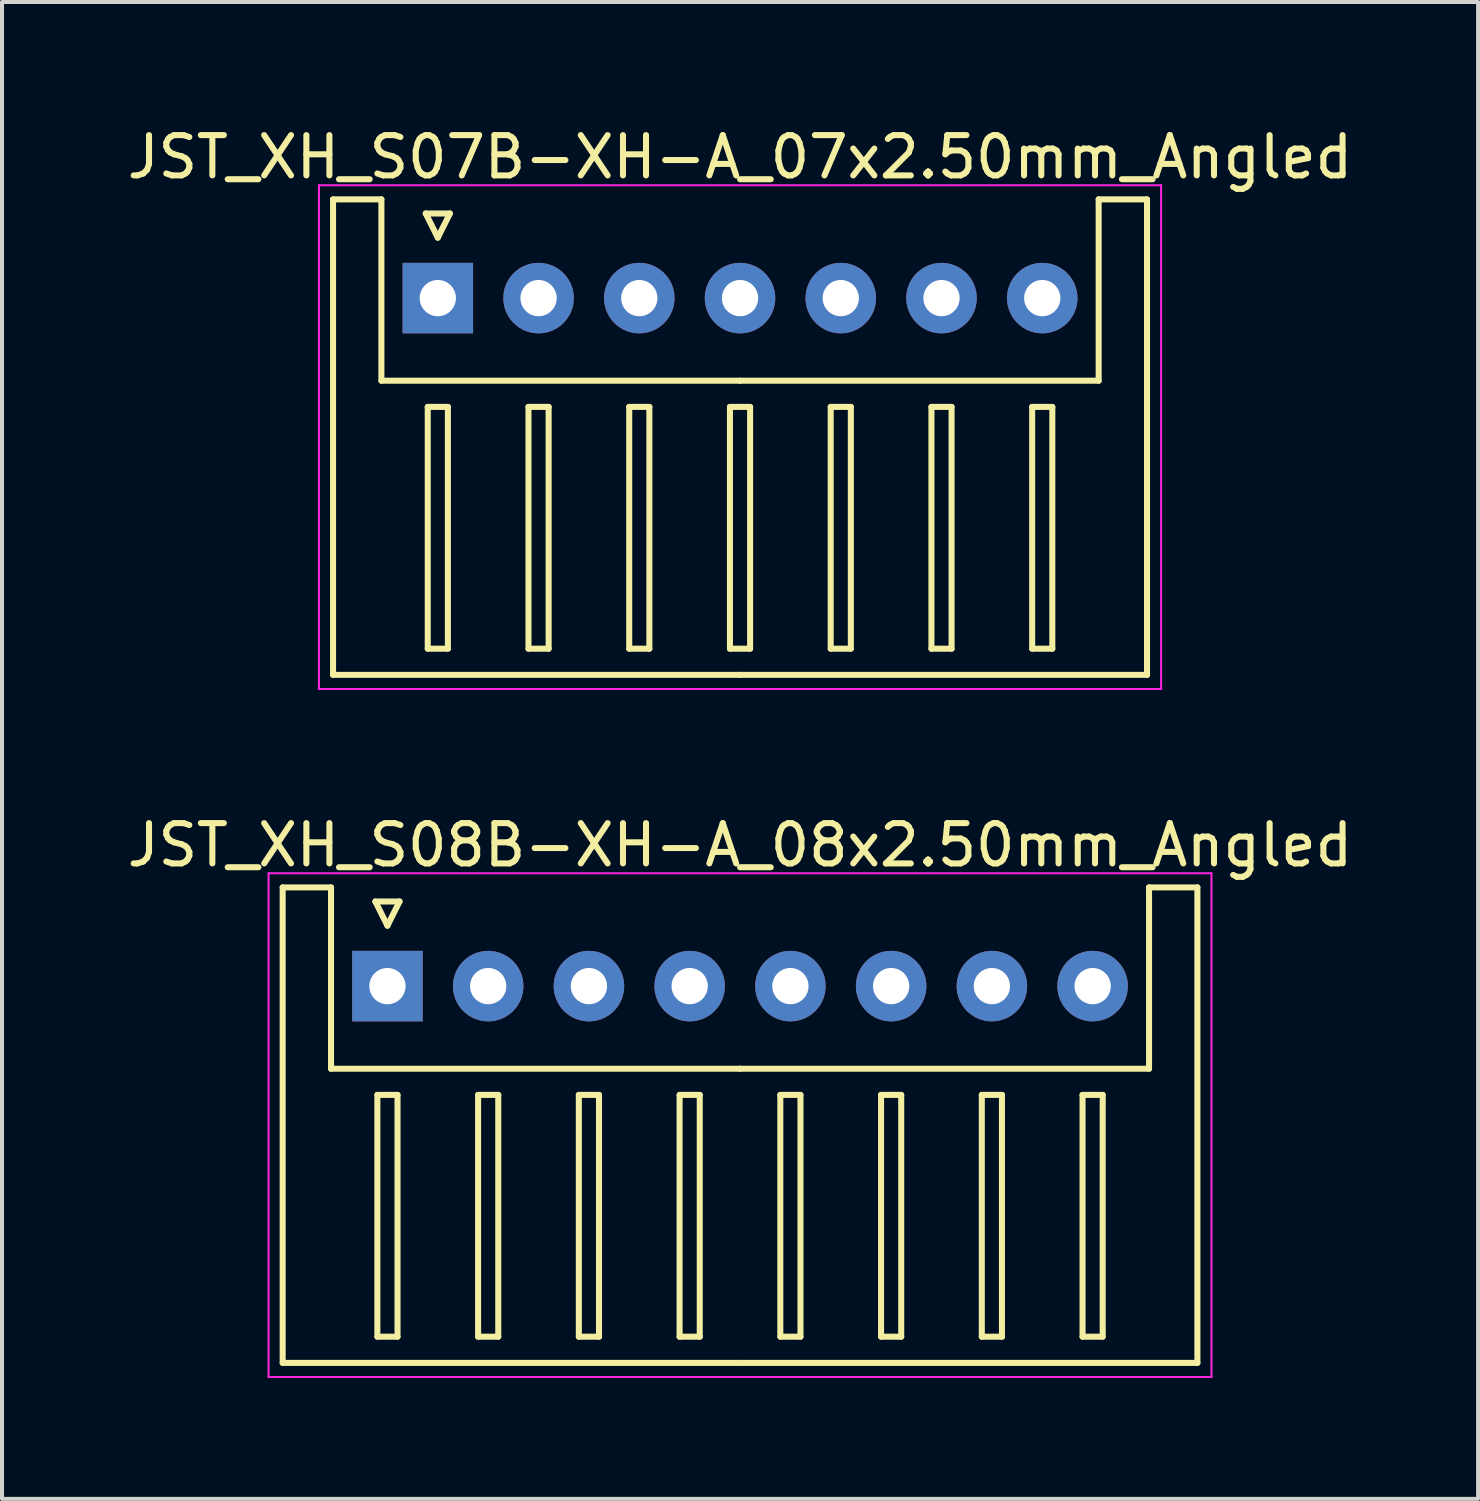
<source format=kicad_pcb>
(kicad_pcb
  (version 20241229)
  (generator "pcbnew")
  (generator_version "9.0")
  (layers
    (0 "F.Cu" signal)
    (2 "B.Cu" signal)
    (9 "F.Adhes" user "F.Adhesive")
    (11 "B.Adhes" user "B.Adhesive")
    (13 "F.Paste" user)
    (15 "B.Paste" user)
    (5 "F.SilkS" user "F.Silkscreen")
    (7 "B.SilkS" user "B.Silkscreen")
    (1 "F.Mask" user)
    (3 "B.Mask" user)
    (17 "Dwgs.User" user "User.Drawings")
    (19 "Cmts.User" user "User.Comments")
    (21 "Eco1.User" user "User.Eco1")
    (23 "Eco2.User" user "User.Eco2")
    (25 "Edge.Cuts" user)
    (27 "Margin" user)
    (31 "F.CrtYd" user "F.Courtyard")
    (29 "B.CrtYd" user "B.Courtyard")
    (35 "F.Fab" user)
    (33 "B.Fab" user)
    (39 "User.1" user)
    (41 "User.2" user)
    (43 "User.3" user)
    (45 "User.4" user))
  (footprint "JST_XH_S07B-XH-A_07x2.50mm_Angled"
    (layer "F.Cu")
    (at 7.815 4.348)
    (property "Reference" "JST_XH_S07B-XH-A_07x2.50mm_Angled" (at 7.5 -3.5 0) (layer "F.SilkS") (effects (font (size 1 1) (thickness 0.15))))
    (attr through_hole)
    (fp_line (start -2.6 -2.45) (end -1.4 -2.45) (stroke (width 0.15) (type solid)) (layer "F.SilkS"))
    (fp_line (start -2.6 9.35) (end -2.6 -2.45) (stroke (width 0.15) (type solid)) (layer "F.SilkS"))
    (fp_line (start -1.4 -2.45) (end -1.4 2.05) (stroke (width 0.15) (type solid)) (layer "F.SilkS"))
    (fp_line (start -1.4 2.05) (end 7.5 2.05) (stroke (width 0.15) (type solid)) (layer "F.SilkS"))
    (fp_line (start -0.3 -2.1) (end 0.3 -2.1) (stroke (width 0.15) (type solid)) (layer "F.SilkS"))
    (fp_line (start -0.25 2.7) (end -0.25 8.7) (stroke (width 0.15) (type solid)) (layer "F.SilkS"))
    (fp_line (start -0.25 8.7) (end 0.25 8.7) (stroke (width 0.15) (type solid)) (layer "F.SilkS"))
    (fp_line (start 0 -1.5) (end -0.3 -2.1) (stroke (width 0.15) (type solid)) (layer "F.SilkS"))
    (fp_line (start 0.25 2.7) (end -0.25 2.7) (stroke (width 0.15) (type solid)) (layer "F.SilkS"))
    (fp_line (start 0.25 8.7) (end 0.25 2.7) (stroke (width 0.15) (type solid)) (layer "F.SilkS"))
    (fp_line (start 0.3 -2.1) (end 0 -1.5) (stroke (width 0.15) (type solid)) (layer "F.SilkS"))
    (fp_line (start 2.25 2.7) (end 2.25 8.7) (stroke (width 0.15) (type solid)) (layer "F.SilkS"))
    (fp_line (start 2.25 8.7) (end 2.75 8.7) (stroke (width 0.15) (type solid)) (layer "F.SilkS"))
    (fp_line (start 2.75 2.7) (end 2.25 2.7) (stroke (width 0.15) (type solid)) (layer "F.SilkS"))
    (fp_line (start 2.75 8.7) (end 2.75 2.7) (stroke (width 0.15) (type solid)) (layer "F.SilkS"))
    (fp_line (start 4.75 2.7) (end 4.75 8.7) (stroke (width 0.15) (type solid)) (layer "F.SilkS"))
    (fp_line (start 4.75 8.7) (end 5.25 8.7) (stroke (width 0.15) (type solid)) (layer "F.SilkS"))
    (fp_line (start 5.25 2.7) (end 4.75 2.7) (stroke (width 0.15) (type solid)) (layer "F.SilkS"))
    (fp_line (start 5.25 8.7) (end 5.25 2.7) (stroke (width 0.15) (type solid)) (layer "F.SilkS"))
    (fp_line (start 7.25 2.7) (end 7.25 8.7) (stroke (width 0.15) (type solid)) (layer "F.SilkS"))
    (fp_line (start 7.25 8.7) (end 7.75 8.7) (stroke (width 0.15) (type solid)) (layer "F.SilkS"))
    (fp_line (start 7.5 9.35) (end -2.6 9.35) (stroke (width 0.15) (type solid)) (layer "F.SilkS"))
    (fp_line (start 7.5 9.35) (end 17.6 9.35) (stroke (width 0.15) (type solid)) (layer "F.SilkS"))
    (fp_line (start 7.75 2.7) (end 7.25 2.7) (stroke (width 0.15) (type solid)) (layer "F.SilkS"))
    (fp_line (start 7.75 8.7) (end 7.75 2.7) (stroke (width 0.15) (type solid)) (layer "F.SilkS"))
    (fp_line (start 9.75 2.7) (end 9.75 8.7) (stroke (width 0.15) (type solid)) (layer "F.SilkS"))
    (fp_line (start 9.75 8.7) (end 10.25 8.7) (stroke (width 0.15) (type solid)) (layer "F.SilkS"))
    (fp_line (start 10.25 2.7) (end 9.75 2.7) (stroke (width 0.15) (type solid)) (layer "F.SilkS"))
    (fp_line (start 10.25 8.7) (end 10.25 2.7) (stroke (width 0.15) (type solid)) (layer "F.SilkS"))
    (fp_line (start 12.25 2.7) (end 12.25 8.7) (stroke (width 0.15) (type solid)) (layer "F.SilkS"))
    (fp_line (start 12.25 8.7) (end 12.75 8.7) (stroke (width 0.15) (type solid)) (layer "F.SilkS"))
    (fp_line (start 12.75 2.7) (end 12.25 2.7) (stroke (width 0.15) (type solid)) (layer "F.SilkS"))
    (fp_line (start 12.75 8.7) (end 12.75 2.7) (stroke (width 0.15) (type solid)) (layer "F.SilkS"))
    (fp_line (start 14.75 2.7) (end 14.75 8.7) (stroke (width 0.15) (type solid)) (layer "F.SilkS"))
    (fp_line (start 14.75 8.7) (end 15.25 8.7) (stroke (width 0.15) (type solid)) (layer "F.SilkS"))
    (fp_line (start 15.25 2.7) (end 14.75 2.7) (stroke (width 0.15) (type solid)) (layer "F.SilkS"))
    (fp_line (start 15.25 8.7) (end 15.25 2.7) (stroke (width 0.15) (type solid)) (layer "F.SilkS"))
    (fp_line (start 16.4 -2.45) (end 16.4 2.05) (stroke (width 0.15) (type solid)) (layer "F.SilkS"))
    (fp_line (start 16.4 2.05) (end 7.5 2.05) (stroke (width 0.15) (type solid)) (layer "F.SilkS"))
    (fp_line (start 17.6 -2.45) (end 16.4 -2.45) (stroke (width 0.15) (type solid)) (layer "F.SilkS"))
    (fp_line (start 17.6 9.35) (end 17.6 -2.45) (stroke (width 0.15) (type solid)) (layer "F.SilkS"))
    (fp_line (start -2.95 -2.8) (end -2.95 9.7) (stroke (width 0.05) (type solid)) (layer "F.CrtYd"))
    (fp_line (start -2.95 9.7) (end 17.95 9.7) (stroke (width 0.05) (type solid)) (layer "F.CrtYd"))
    (fp_line (start 17.95 -2.8) (end -2.95 -2.8) (stroke (width 0.05) (type solid)) (layer "F.CrtYd"))
    (fp_line (start 17.95 9.7) (end 17.95 -2.8) (stroke (width 0.05) (type solid)) (layer "F.CrtYd"))
    (pad "1" thru_hole rect (at 0 0) (size 1.75 1.75) (drill 0.9) (layers "*.Cu" "*.Mask"))
    (pad "2" thru_hole circle (at 2.5 0) (size 1.75 1.75) (drill 0.9) (layers "*.Cu" "*.Mask"))
    (pad "3" thru_hole circle (at 5 0) (size 1.75 1.75) (drill 0.9) (layers "*.Cu" "*.Mask"))
    (pad "4" thru_hole circle (at 7.5 0) (size 1.75 1.75) (drill 0.9) (layers "*.Cu" "*.Mask"))
    (pad "5" thru_hole circle (at 10 0) (size 1.75 1.75) (drill 0.9) (layers "*.Cu" "*.Mask"))
    (pad "6" thru_hole circle (at 12.5 0) (size 1.75 1.75) (drill 0.9) (layers "*.Cu" "*.Mask"))
    (pad "7" thru_hole circle (at 15 0) (size 1.75 1.75) (drill 0.9) (layers "*.Cu" "*.Mask")))
  (footprint "JST_XH_S08B-XH-A_08x2.50mm_Angled"
    (layer "F.Cu")
    (at 6.565 21.422)
    (property "Reference" "JST_XH_S08B-XH-A_08x2.50mm_Angled" (at 8.75 -3.5 0) (layer "F.SilkS") (effects (font (size 1 1) (thickness 0.15))))
    (attr through_hole)
    (fp_line (start -2.6 -2.45) (end -1.4 -2.45) (stroke (width 0.15) (type solid)) (layer "F.SilkS"))
    (fp_line (start -2.6 9.35) (end -2.6 -2.45) (stroke (width 0.15) (type solid)) (layer "F.SilkS"))
    (fp_line (start -1.4 -2.45) (end -1.4 2.05) (stroke (width 0.15) (type solid)) (layer "F.SilkS"))
    (fp_line (start -1.4 2.05) (end 8.75 2.05) (stroke (width 0.15) (type solid)) (layer "F.SilkS"))
    (fp_line (start -0.3 -2.1) (end 0.3 -2.1) (stroke (width 0.15) (type solid)) (layer "F.SilkS"))
    (fp_line (start -0.25 2.7) (end -0.25 8.7) (stroke (width 0.15) (type solid)) (layer "F.SilkS"))
    (fp_line (start -0.25 8.7) (end 0.25 8.7) (stroke (width 0.15) (type solid)) (layer "F.SilkS"))
    (fp_line (start 0 -1.5) (end -0.3 -2.1) (stroke (width 0.15) (type solid)) (layer "F.SilkS"))
    (fp_line (start 0.25 2.7) (end -0.25 2.7) (stroke (width 0.15) (type solid)) (layer "F.SilkS"))
    (fp_line (start 0.25 8.7) (end 0.25 2.7) (stroke (width 0.15) (type solid)) (layer "F.SilkS"))
    (fp_line (start 0.3 -2.1) (end 0 -1.5) (stroke (width 0.15) (type solid)) (layer "F.SilkS"))
    (fp_line (start 2.25 2.7) (end 2.25 8.7) (stroke (width 0.15) (type solid)) (layer "F.SilkS"))
    (fp_line (start 2.25 8.7) (end 2.75 8.7) (stroke (width 0.15) (type solid)) (layer "F.SilkS"))
    (fp_line (start 2.75 2.7) (end 2.25 2.7) (stroke (width 0.15) (type solid)) (layer "F.SilkS"))
    (fp_line (start 2.75 8.7) (end 2.75 2.7) (stroke (width 0.15) (type solid)) (layer "F.SilkS"))
    (fp_line (start 4.75 2.7) (end 4.75 8.7) (stroke (width 0.15) (type solid)) (layer "F.SilkS"))
    (fp_line (start 4.75 8.7) (end 5.25 8.7) (stroke (width 0.15) (type solid)) (layer "F.SilkS"))
    (fp_line (start 5.25 2.7) (end 4.75 2.7) (stroke (width 0.15) (type solid)) (layer "F.SilkS"))
    (fp_line (start 5.25 8.7) (end 5.25 2.7) (stroke (width 0.15) (type solid)) (layer "F.SilkS"))
    (fp_line (start 7.25 2.7) (end 7.25 8.7) (stroke (width 0.15) (type solid)) (layer "F.SilkS"))
    (fp_line (start 7.25 8.7) (end 7.75 8.7) (stroke (width 0.15) (type solid)) (layer "F.SilkS"))
    (fp_line (start 7.75 2.7) (end 7.25 2.7) (stroke (width 0.15) (type solid)) (layer "F.SilkS"))
    (fp_line (start 7.75 8.7) (end 7.75 2.7) (stroke (width 0.15) (type solid)) (layer "F.SilkS"))
    (fp_line (start 8.75 9.35) (end -2.6 9.35) (stroke (width 0.15) (type solid)) (layer "F.SilkS"))
    (fp_line (start 8.75 9.35) (end 20.1 9.35) (stroke (width 0.15) (type solid)) (layer "F.SilkS"))
    (fp_line (start 9.75 2.7) (end 9.75 8.7) (stroke (width 0.15) (type solid)) (layer "F.SilkS"))
    (fp_line (start 9.75 8.7) (end 10.25 8.7) (stroke (width 0.15) (type solid)) (layer "F.SilkS"))
    (fp_line (start 10.25 2.7) (end 9.75 2.7) (stroke (width 0.15) (type solid)) (layer "F.SilkS"))
    (fp_line (start 10.25 8.7) (end 10.25 2.7) (stroke (width 0.15) (type solid)) (layer "F.SilkS"))
    (fp_line (start 12.25 2.7) (end 12.25 8.7) (stroke (width 0.15) (type solid)) (layer "F.SilkS"))
    (fp_line (start 12.25 8.7) (end 12.75 8.7) (stroke (width 0.15) (type solid)) (layer "F.SilkS"))
    (fp_line (start 12.75 2.7) (end 12.25 2.7) (stroke (width 0.15) (type solid)) (layer "F.SilkS"))
    (fp_line (start 12.75 8.7) (end 12.75 2.7) (stroke (width 0.15) (type solid)) (layer "F.SilkS"))
    (fp_line (start 14.75 2.7) (end 14.75 8.7) (stroke (width 0.15) (type solid)) (layer "F.SilkS"))
    (fp_line (start 14.75 8.7) (end 15.25 8.7) (stroke (width 0.15) (type solid)) (layer "F.SilkS"))
    (fp_line (start 15.25 2.7) (end 14.75 2.7) (stroke (width 0.15) (type solid)) (layer "F.SilkS"))
    (fp_line (start 15.25 8.7) (end 15.25 2.7) (stroke (width 0.15) (type solid)) (layer "F.SilkS"))
    (fp_line (start 17.25 2.7) (end 17.25 8.7) (stroke (width 0.15) (type solid)) (layer "F.SilkS"))
    (fp_line (start 17.25 8.7) (end 17.75 8.7) (stroke (width 0.15) (type solid)) (layer "F.SilkS"))
    (fp_line (start 17.75 2.7) (end 17.25 2.7) (stroke (width 0.15) (type solid)) (layer "F.SilkS"))
    (fp_line (start 17.75 8.7) (end 17.75 2.7) (stroke (width 0.15) (type solid)) (layer "F.SilkS"))
    (fp_line (start 18.9 -2.45) (end 18.9 2.05) (stroke (width 0.15) (type solid)) (layer "F.SilkS"))
    (fp_line (start 18.9 2.05) (end 8.75 2.05) (stroke (width 0.15) (type solid)) (layer "F.SilkS"))
    (fp_line (start 20.1 -2.45) (end 18.9 -2.45) (stroke (width 0.15) (type solid)) (layer "F.SilkS"))
    (fp_line (start 20.1 9.35) (end 20.1 -2.45) (stroke (width 0.15) (type solid)) (layer "F.SilkS"))
    (fp_line (start -2.95 -2.8) (end -2.95 9.7) (stroke (width 0.05) (type solid)) (layer "F.CrtYd"))
    (fp_line (start -2.95 9.7) (end 20.45 9.7) (stroke (width 0.05) (type solid)) (layer "F.CrtYd"))
    (fp_line (start 20.45 -2.8) (end -2.95 -2.8) (stroke (width 0.05) (type solid)) (layer "F.CrtYd"))
    (fp_line (start 20.45 9.7) (end 20.45 -2.8) (stroke (width 0.05) (type solid)) (layer "F.CrtYd"))
    (pad "1" thru_hole rect (at 0 0) (size 1.75 1.75) (drill 0.9) (layers "*.Cu" "*.Mask"))
    (pad "2" thru_hole circle (at 2.5 0) (size 1.75 1.75) (drill 0.9) (layers "*.Cu" "*.Mask"))
    (pad "3" thru_hole circle (at 5 0) (size 1.75 1.75) (drill 0.9) (layers "*.Cu" "*.Mask"))
    (pad "4" thru_hole circle (at 7.5 0) (size 1.75 1.75) (drill 0.9) (layers "*.Cu" "*.Mask"))
    (pad "5" thru_hole circle (at 10 0) (size 1.75 1.75) (drill 0.9) (layers "*.Cu" "*.Mask"))
    (pad "6" thru_hole circle (at 12.5 0) (size 1.75 1.75) (drill 0.9) (layers "*.Cu" "*.Mask"))
    (pad "7" thru_hole circle (at 15 0) (size 1.75 1.75) (drill 0.9) (layers "*.Cu" "*.Mask"))
    (pad "8" thru_hole circle (at 17.5 0) (size 1.75 1.75) (drill 0.9) (layers "*.Cu" "*.Mask")))
  (gr_rect
    (start -3 -3)
    (end 33.631 34.147)
    (stroke (width 0.1) (type default))
    (fill no)
    (layer "Edge.Cuts")))
</source>
